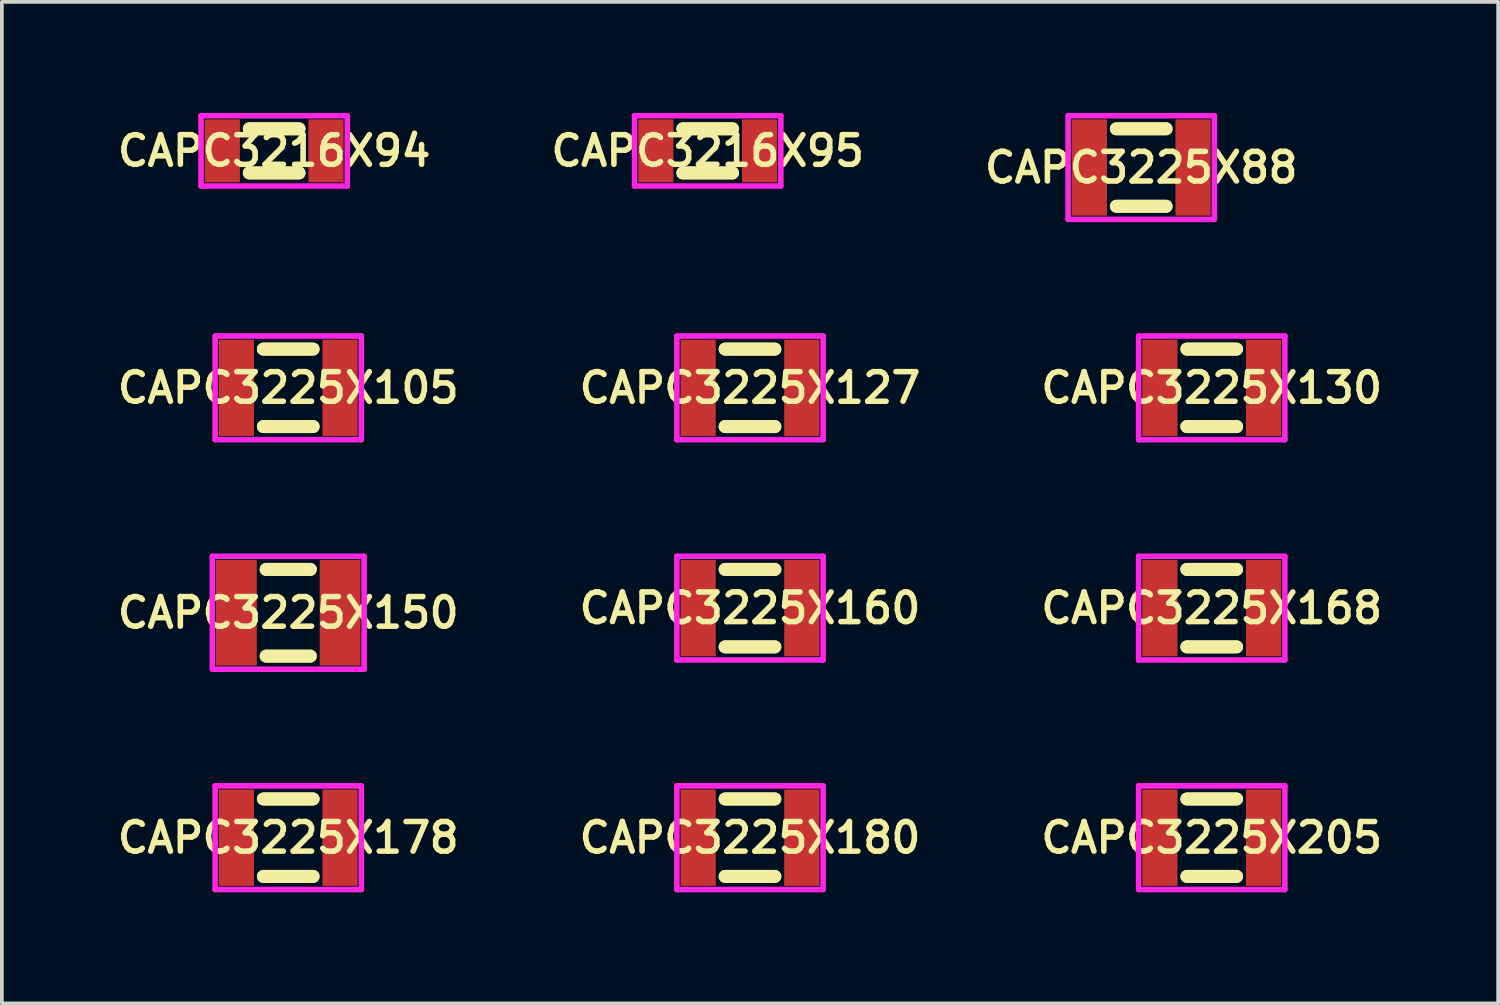
<source format=kicad_pcb>
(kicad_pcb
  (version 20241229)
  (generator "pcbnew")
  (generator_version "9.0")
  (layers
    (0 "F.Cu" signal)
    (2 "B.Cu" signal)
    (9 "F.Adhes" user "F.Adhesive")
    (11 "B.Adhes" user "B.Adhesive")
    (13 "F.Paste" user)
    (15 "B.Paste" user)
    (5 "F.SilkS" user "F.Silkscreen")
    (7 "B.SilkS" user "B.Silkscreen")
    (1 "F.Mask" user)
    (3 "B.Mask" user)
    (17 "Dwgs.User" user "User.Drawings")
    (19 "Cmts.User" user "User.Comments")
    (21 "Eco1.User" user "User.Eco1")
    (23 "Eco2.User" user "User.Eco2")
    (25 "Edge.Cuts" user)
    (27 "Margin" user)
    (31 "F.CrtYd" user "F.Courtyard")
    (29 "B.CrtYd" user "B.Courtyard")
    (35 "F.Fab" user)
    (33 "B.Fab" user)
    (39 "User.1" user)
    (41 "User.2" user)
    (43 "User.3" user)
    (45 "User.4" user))
  (footprint "CAPC3225X127"
    (layer "F.Cu")
    (at 17.206 7.425)
    (property "Reference" "CAPC3225X127" (at 0 0 0) (layer "F.SilkS") (effects (font (size 0.8 0.8) (thickness 0.15))))
    (attr smd)
    (fp_line (start -0.671 -1.046) (end 0.671 -1.046) (stroke (width 0.35) (type solid)) (layer "F.SilkS"))
    (fp_line (start -0.671 1.046) (end 0.671 1.046) (stroke (width 0.35) (type solid)) (layer "F.SilkS"))
    (fp_line (start 0.671 -1.046) (end -0.671 -1.046) (stroke (width 0.35) (type solid)) (layer "F.SilkS"))
    (fp_line (start 0.671 1.046) (end -0.671 1.046) (stroke (width 0.35) (type solid)) (layer "F.SilkS"))
    (fp_line (start -1.975 -1.4) (end 1.975 -1.4) (stroke (width 0.15) (type solid)) (layer "F.CrtYd"))
    (fp_line (start -1.975 1.4) (end -1.975 -1.4) (stroke (width 0.15) (type solid)) (layer "F.CrtYd"))
    (fp_line (start 1.975 -1.4) (end 1.975 1.4) (stroke (width 0.15) (type solid)) (layer "F.CrtYd"))
    (fp_line (start 1.975 1.4) (end -1.975 1.4) (stroke (width 0.15) (type solid)) (layer "F.CrtYd"))
    (pad "1" smd rect (at -1.4 0) (size 0.95 2.6) (layers "F.Cu" "F.Mask" "F.Paste"))
    (pad "2" smd rect (at 1.4 0) (size 0.95 2.6) (layers "F.Cu" "F.Mask" "F.Paste")))
  (footprint "CAPC3225X168"
    (layer "F.Cu")
    (at 29.677 13.375)
    (property "Reference" "CAPC3225X168" (at 0 0 0) (layer "F.SilkS") (effects (font (size 0.8 0.8) (thickness 0.15))))
    (attr smd)
    (fp_line (start -0.671 -1.046) (end 0.671 -1.046) (stroke (width 0.35) (type solid)) (layer "F.SilkS"))
    (fp_line (start -0.671 1.046) (end 0.671 1.046) (stroke (width 0.35) (type solid)) (layer "F.SilkS"))
    (fp_line (start 0.671 -1.046) (end -0.671 -1.046) (stroke (width 0.35) (type solid)) (layer "F.SilkS"))
    (fp_line (start 0.671 1.046) (end -0.671 1.046) (stroke (width 0.35) (type solid)) (layer "F.SilkS"))
    (fp_line (start -1.975 -1.4) (end 1.975 -1.4) (stroke (width 0.15) (type solid)) (layer "F.CrtYd"))
    (fp_line (start -1.975 1.4) (end -1.975 -1.4) (stroke (width 0.15) (type solid)) (layer "F.CrtYd"))
    (fp_line (start 1.975 -1.4) (end 1.975 1.4) (stroke (width 0.15) (type solid)) (layer "F.CrtYd"))
    (fp_line (start 1.975 1.4) (end -1.975 1.4) (stroke (width 0.15) (type solid)) (layer "F.CrtYd"))
    (pad "1" smd rect (at -1.4 0) (size 0.95 2.6) (layers "F.Cu" "F.Mask" "F.Paste"))
    (pad "2" smd rect (at 1.4 0) (size 0.95 2.6) (layers "F.Cu" "F.Mask" "F.Paste")))
  (footprint "CAPC3225X88"
    (layer "F.Cu")
    (at 27.773 1.475)
    (property "Reference" "CAPC3225X88" (at 0 0 0) (layer "F.SilkS") (effects (font (size 0.8 0.8) (thickness 0.15))))
    (attr smd)
    (fp_line (start -0.671 -1.046) (end 0.671 -1.046) (stroke (width 0.35) (type solid)) (layer "F.SilkS"))
    (fp_line (start -0.671 1.046) (end 0.671 1.046) (stroke (width 0.35) (type solid)) (layer "F.SilkS"))
    (fp_line (start 0.671 -1.046) (end -0.671 -1.046) (stroke (width 0.35) (type solid)) (layer "F.SilkS"))
    (fp_line (start 0.671 1.046) (end -0.671 1.046) (stroke (width 0.35) (type solid)) (layer "F.SilkS"))
    (fp_line (start -1.975 -1.4) (end 1.975 -1.4) (stroke (width 0.15) (type solid)) (layer "F.CrtYd"))
    (fp_line (start -1.975 1.4) (end -1.975 -1.4) (stroke (width 0.15) (type solid)) (layer "F.CrtYd"))
    (fp_line (start 1.975 -1.4) (end 1.975 1.4) (stroke (width 0.15) (type solid)) (layer "F.CrtYd"))
    (fp_line (start 1.975 1.4) (end -1.975 1.4) (stroke (width 0.15) (type solid)) (layer "F.CrtYd"))
    (pad "1" smd rect (at -1.4 0) (size 0.95 2.6) (layers "F.Cu" "F.Mask" "F.Paste"))
    (pad "2" smd rect (at 1.4 0) (size 0.95 2.6) (layers "F.Cu" "F.Mask" "F.Paste")))
  (footprint "CAPC3225X180"
    (layer "F.Cu")
    (at 17.206 19.575)
    (property "Reference" "CAPC3225X180" (at 0 0 0) (layer "F.SilkS") (effects (font (size 0.8 0.8) (thickness 0.15))))
    (attr smd)
    (fp_line (start -0.671 -1.046) (end 0.671 -1.046) (stroke (width 0.35) (type solid)) (layer "F.SilkS"))
    (fp_line (start -0.671 1.046) (end 0.671 1.046) (stroke (width 0.35) (type solid)) (layer "F.SilkS"))
    (fp_line (start 0.671 -1.046) (end -0.671 -1.046) (stroke (width 0.35) (type solid)) (layer "F.SilkS"))
    (fp_line (start 0.671 1.046) (end -0.671 1.046) (stroke (width 0.35) (type solid)) (layer "F.SilkS"))
    (fp_line (start -1.975 -1.4) (end 1.975 -1.4) (stroke (width 0.15) (type solid)) (layer "F.CrtYd"))
    (fp_line (start -1.975 1.4) (end -1.975 -1.4) (stroke (width 0.15) (type solid)) (layer "F.CrtYd"))
    (fp_line (start 1.975 -1.4) (end 1.975 1.4) (stroke (width 0.15) (type solid)) (layer "F.CrtYd"))
    (fp_line (start 1.975 1.4) (end -1.975 1.4) (stroke (width 0.15) (type solid)) (layer "F.CrtYd"))
    (pad "1" smd rect (at -1.4 0) (size 0.95 2.6) (layers "F.Cu" "F.Mask" "F.Paste"))
    (pad "2" smd rect (at 1.4 0) (size 0.95 2.6) (layers "F.Cu" "F.Mask" "F.Paste")))
  (footprint "CAPC3225X178"
    (layer "F.Cu")
    (at 4.735 19.575)
    (property "Reference" "CAPC3225X178" (at 0 0 0) (layer "F.SilkS") (effects (font (size 0.8 0.8) (thickness 0.15))))
    (attr smd)
    (fp_line (start -0.671 -1.046) (end 0.671 -1.046) (stroke (width 0.35) (type solid)) (layer "F.SilkS"))
    (fp_line (start -0.671 1.046) (end 0.671 1.046) (stroke (width 0.35) (type solid)) (layer "F.SilkS"))
    (fp_line (start 0.671 -1.046) (end -0.671 -1.046) (stroke (width 0.35) (type solid)) (layer "F.SilkS"))
    (fp_line (start 0.671 1.046) (end -0.671 1.046) (stroke (width 0.35) (type solid)) (layer "F.SilkS"))
    (fp_line (start -1.975 -1.4) (end 1.975 -1.4) (stroke (width 0.15) (type solid)) (layer "F.CrtYd"))
    (fp_line (start -1.975 1.4) (end -1.975 -1.4) (stroke (width 0.15) (type solid)) (layer "F.CrtYd"))
    (fp_line (start 1.975 -1.4) (end 1.975 1.4) (stroke (width 0.15) (type solid)) (layer "F.CrtYd"))
    (fp_line (start 1.975 1.4) (end -1.975 1.4) (stroke (width 0.15) (type solid)) (layer "F.CrtYd"))
    (pad "1" smd rect (at -1.4 0) (size 0.95 2.6) (layers "F.Cu" "F.Mask" "F.Paste"))
    (pad "2" smd rect (at 1.4 0) (size 0.95 2.6) (layers "F.Cu" "F.Mask" "F.Paste")))
  (footprint "CAPC3225X205"
    (layer "F.Cu")
    (at 29.677 19.575)
    (property "Reference" "CAPC3225X205" (at 0 0 0) (layer "F.SilkS") (effects (font (size 0.8 0.8) (thickness 0.15))))
    (attr smd)
    (fp_line (start -0.671 -1.046) (end 0.671 -1.046) (stroke (width 0.35) (type solid)) (layer "F.SilkS"))
    (fp_line (start -0.671 1.046) (end 0.671 1.046) (stroke (width 0.35) (type solid)) (layer "F.SilkS"))
    (fp_line (start 0.671 -1.046) (end -0.671 -1.046) (stroke (width 0.35) (type solid)) (layer "F.SilkS"))
    (fp_line (start 0.671 1.046) (end -0.671 1.046) (stroke (width 0.35) (type solid)) (layer "F.SilkS"))
    (fp_line (start -1.975 -1.4) (end 1.975 -1.4) (stroke (width 0.15) (type solid)) (layer "F.CrtYd"))
    (fp_line (start -1.975 1.4) (end -1.975 -1.4) (stroke (width 0.15) (type solid)) (layer "F.CrtYd"))
    (fp_line (start 1.975 -1.4) (end 1.975 1.4) (stroke (width 0.15) (type solid)) (layer "F.CrtYd"))
    (fp_line (start 1.975 1.4) (end -1.975 1.4) (stroke (width 0.15) (type solid)) (layer "F.CrtYd"))
    (pad "1" smd rect (at -1.4 0) (size 0.95 2.6) (layers "F.Cu" "F.Mask" "F.Paste"))
    (pad "2" smd rect (at 1.4 0) (size 0.95 2.6) (layers "F.Cu" "F.Mask" "F.Paste")))
  (footprint "CAPC3225X105"
    (layer "F.Cu")
    (at 4.735 7.425)
    (property "Reference" "CAPC3225X105" (at 0 0 0) (layer "F.SilkS") (effects (font (size 0.8 0.8) (thickness 0.15))))
    (attr smd)
    (fp_line (start -0.671 -1.046) (end 0.671 -1.046) (stroke (width 0.35) (type solid)) (layer "F.SilkS"))
    (fp_line (start -0.671 1.046) (end 0.671 1.046) (stroke (width 0.35) (type solid)) (layer "F.SilkS"))
    (fp_line (start 0.671 -1.046) (end -0.671 -1.046) (stroke (width 0.35) (type solid)) (layer "F.SilkS"))
    (fp_line (start 0.671 1.046) (end -0.671 1.046) (stroke (width 0.35) (type solid)) (layer "F.SilkS"))
    (fp_line (start -1.975 -1.4) (end 1.975 -1.4) (stroke (width 0.15) (type solid)) (layer "F.CrtYd"))
    (fp_line (start -1.975 1.4) (end -1.975 -1.4) (stroke (width 0.15) (type solid)) (layer "F.CrtYd"))
    (fp_line (start 1.975 -1.4) (end 1.975 1.4) (stroke (width 0.15) (type solid)) (layer "F.CrtYd"))
    (fp_line (start 1.975 1.4) (end -1.975 1.4) (stroke (width 0.15) (type solid)) (layer "F.CrtYd"))
    (pad "1" smd rect (at -1.4 0) (size 0.95 2.6) (layers "F.Cu" "F.Mask" "F.Paste"))
    (pad "2" smd rect (at 1.4 0) (size 0.95 2.6) (layers "F.Cu" "F.Mask" "F.Paste")))
  (footprint "CAPC3225X130"
    (layer "F.Cu")
    (at 29.677 7.425)
    (property "Reference" "CAPC3225X130" (at 0 0 0) (layer "F.SilkS") (effects (font (size 0.8 0.8) (thickness 0.15))))
    (attr smd)
    (fp_line (start -0.671 -1.046) (end 0.671 -1.046) (stroke (width 0.35) (type solid)) (layer "F.SilkS"))
    (fp_line (start -0.671 1.046) (end 0.671 1.046) (stroke (width 0.35) (type solid)) (layer "F.SilkS"))
    (fp_line (start 0.671 -1.046) (end -0.671 -1.046) (stroke (width 0.35) (type solid)) (layer "F.SilkS"))
    (fp_line (start 0.671 1.046) (end -0.671 1.046) (stroke (width 0.35) (type solid)) (layer "F.SilkS"))
    (fp_line (start -1.975 -1.4) (end 1.975 -1.4) (stroke (width 0.15) (type solid)) (layer "F.CrtYd"))
    (fp_line (start -1.975 1.4) (end -1.975 -1.4) (stroke (width 0.15) (type solid)) (layer "F.CrtYd"))
    (fp_line (start 1.975 -1.4) (end 1.975 1.4) (stroke (width 0.15) (type solid)) (layer "F.CrtYd"))
    (fp_line (start 1.975 1.4) (end -1.975 1.4) (stroke (width 0.15) (type solid)) (layer "F.CrtYd"))
    (pad "1" smd rect (at -1.4 0) (size 0.95 2.6) (layers "F.Cu" "F.Mask" "F.Paste"))
    (pad "2" smd rect (at 1.4 0) (size 0.95 2.6) (layers "F.Cu" "F.Mask" "F.Paste")))
  (footprint "CAPC3216X95"
    (layer "F.Cu")
    (at 16.064 1.025)
    (property "Reference" "CAPC3216X95" (at 0 0 0) (layer "F.SilkS") (effects (font (size 0.8 0.8) (thickness 0.15))))
    (attr smd)
    (fp_line (start -0.671 -0.596) (end 0.671 -0.596) (stroke (width 0.35) (type solid)) (layer "F.SilkS"))
    (fp_line (start -0.671 0.596) (end 0.671 0.596) (stroke (width 0.35) (type solid)) (layer "F.SilkS"))
    (fp_line (start 0.671 -0.596) (end -0.671 -0.596) (stroke (width 0.35) (type solid)) (layer "F.SilkS"))
    (fp_line (start 0.671 0.596) (end -0.671 0.596) (stroke (width 0.35) (type solid)) (layer "F.SilkS"))
    (fp_line (start -1.975 -0.95) (end 1.975 -0.95) (stroke (width 0.15) (type solid)) (layer "F.CrtYd"))
    (fp_line (start -1.975 0.95) (end -1.975 -0.95) (stroke (width 0.15) (type solid)) (layer "F.CrtYd"))
    (fp_line (start 1.975 -0.95) (end 1.975 0.95) (stroke (width 0.15) (type solid)) (layer "F.CrtYd"))
    (fp_line (start 1.975 0.95) (end -1.975 0.95) (stroke (width 0.15) (type solid)) (layer "F.CrtYd"))
    (pad "1" smd rect (at -1.4 0) (size 0.95 1.7) (layers "F.Cu" "F.Mask" "F.Paste"))
    (pad "2" smd rect (at 1.4 0) (size 0.95 1.7) (layers "F.Cu" "F.Mask" "F.Paste")))
  (footprint "CAPC3225X160"
    (layer "F.Cu")
    (at 17.206 13.375)
    (property "Reference" "CAPC3225X160" (at 0 0 0) (layer "F.SilkS") (effects (font (size 0.8 0.8) (thickness 0.15))))
    (attr through_hole)
    (fp_line (start -0.671 -1.046) (end 0.671 -1.046) (stroke (width 0.35) (type solid)) (layer "F.SilkS"))
    (fp_line (start -0.671 1.046) (end 0.671 1.046) (stroke (width 0.35) (type solid)) (layer "F.SilkS"))
    (fp_line (start 0.671 -1.046) (end -0.671 -1.046) (stroke (width 0.35) (type solid)) (layer "F.SilkS"))
    (fp_line (start 0.671 1.046) (end -0.671 1.046) (stroke (width 0.35) (type solid)) (layer "F.SilkS"))
    (fp_line (start -1.975 -1.4) (end 1.975 -1.4) (stroke (width 0.15) (type solid)) (layer "F.CrtYd"))
    (fp_line (start -1.975 1.4) (end -1.975 -1.4) (stroke (width 0.15) (type solid)) (layer "F.CrtYd"))
    (fp_line (start 1.975 -1.4) (end 1.975 1.4) (stroke (width 0.15) (type solid)) (layer "F.CrtYd"))
    (fp_line (start 1.975 1.4) (end -1.975 1.4) (stroke (width 0.15) (type solid)) (layer "F.CrtYd"))
    (pad "1" smd rect (at -1.4 0) (size 0.95 2.6) (layers "F.Cu" "F.Mask" "F.Paste"))
    (pad "2" smd rect (at 1.4 0) (size 0.95 2.6) (layers "F.Cu" "F.Mask" "F.Paste")))
  (footprint "CAPC3225X150"
    (layer "F.Cu")
    (at 4.735 13.5)
    (property "Reference" "CAPC3225X150" (at 0 0 0) (layer "F.SilkS") (effects (font (size 0.8 0.8) (thickness 0.15))))
    (attr smd)
    (fp_line (start -0.596 -1.171) (end 0.596 -1.171) (stroke (width 0.35) (type solid)) (layer "F.SilkS"))
    (fp_line (start -0.596 1.171) (end 0.596 1.171) (stroke (width 0.35) (type solid)) (layer "F.SilkS"))
    (fp_line (start 0.596 -1.171) (end -0.596 -1.171) (stroke (width 0.35) (type solid)) (layer "F.SilkS"))
    (fp_line (start 0.596 1.171) (end -0.596 1.171) (stroke (width 0.35) (type solid)) (layer "F.SilkS"))
    (fp_line (start -2.05 -1.525) (end 2.05 -1.525) (stroke (width 0.15) (type solid)) (layer "F.CrtYd"))
    (fp_line (start -2.05 1.525) (end -2.05 -1.525) (stroke (width 0.15) (type solid)) (layer "F.CrtYd"))
    (fp_line (start 2.05 -1.525) (end 2.05 1.525) (stroke (width 0.15) (type solid)) (layer "F.CrtYd"))
    (fp_line (start 2.05 1.525) (end -2.05 1.525) (stroke (width 0.15) (type solid)) (layer "F.CrtYd"))
    (pad "1" smd rect (at -1.4 0) (size 1.1 2.85) (layers "F.Cu" "F.Mask" "F.Paste"))
    (pad "2" smd rect (at 1.4 0) (size 1.1 2.85) (layers "F.Cu" "F.Mask" "F.Paste")))
  (footprint "CAPC3216X94"
    (layer "F.Cu")
    (at 4.355 1.025)
    (property "Reference" "CAPC3216X94" (at 0 0 0) (layer "F.SilkS") (effects (font (size 0.8 0.8) (thickness 0.15))))
    (attr smd)
    (fp_line (start -0.671 -0.596) (end 0.671 -0.596) (stroke (width 0.35) (type solid)) (layer "F.SilkS"))
    (fp_line (start -0.671 0.596) (end 0.671 0.596) (stroke (width 0.35) (type solid)) (layer "F.SilkS"))
    (fp_line (start 0.671 -0.596) (end -0.671 -0.596) (stroke (width 0.35) (type solid)) (layer "F.SilkS"))
    (fp_line (start 0.671 0.596) (end -0.671 0.596) (stroke (width 0.35) (type solid)) (layer "F.SilkS"))
    (fp_line (start -1.975 -0.95) (end 1.975 -0.95) (stroke (width 0.15) (type solid)) (layer "F.CrtYd"))
    (fp_line (start -1.975 0.95) (end -1.975 -0.95) (stroke (width 0.15) (type solid)) (layer "F.CrtYd"))
    (fp_line (start 1.975 -0.95) (end 1.975 0.95) (stroke (width 0.15) (type solid)) (layer "F.CrtYd"))
    (fp_line (start 1.975 0.95) (end -1.975 0.95) (stroke (width 0.15) (type solid)) (layer "F.CrtYd"))
    (pad "1" smd rect (at -1.4 0) (size 0.95 1.7) (layers "F.Cu" "F.Mask" "F.Paste"))
    (pad "2" smd rect (at 1.4 0) (size 0.95 1.7) (layers "F.Cu" "F.Mask" "F.Paste")))
  (gr_rect
    (start -3 -3)
    (end 37.413 24.05)
    (stroke (width 0.1) (type default))
    (fill no)
    (layer "Edge.Cuts")))
</source>
